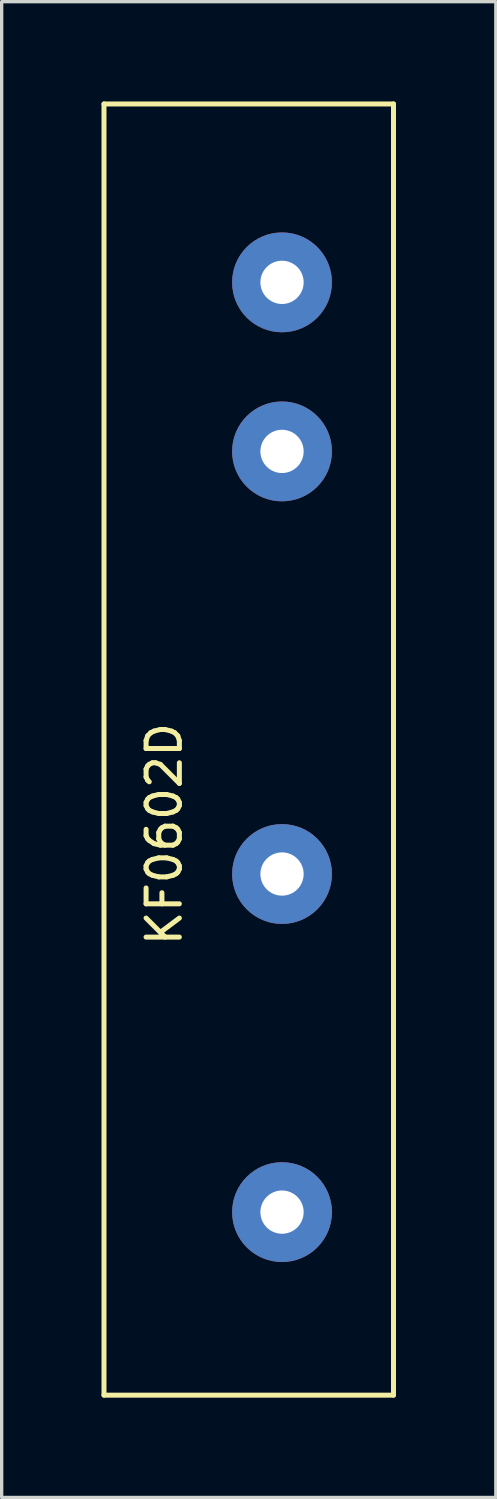
<source format=kicad_pcb>
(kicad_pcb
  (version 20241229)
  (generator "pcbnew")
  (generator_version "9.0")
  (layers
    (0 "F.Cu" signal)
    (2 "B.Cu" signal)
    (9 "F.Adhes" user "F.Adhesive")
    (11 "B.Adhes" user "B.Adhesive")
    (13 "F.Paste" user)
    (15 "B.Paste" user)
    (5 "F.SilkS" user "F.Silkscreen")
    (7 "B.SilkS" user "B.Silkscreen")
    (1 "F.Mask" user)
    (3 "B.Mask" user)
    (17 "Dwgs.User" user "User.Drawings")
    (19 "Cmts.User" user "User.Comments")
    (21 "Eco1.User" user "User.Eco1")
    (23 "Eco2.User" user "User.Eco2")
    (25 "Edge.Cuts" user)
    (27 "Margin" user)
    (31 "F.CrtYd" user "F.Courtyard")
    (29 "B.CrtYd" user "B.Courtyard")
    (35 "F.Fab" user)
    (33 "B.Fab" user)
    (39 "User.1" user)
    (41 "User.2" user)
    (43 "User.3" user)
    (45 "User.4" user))
  (footprint "KF0602D"
    (layer "F.Cu")
    (at 4.425 19.475)
    (property "Reference" "KF0602D" (at -2.54 2.54 90) (layer "F.SilkS") (effects (font (size 1 1) (thickness 0.15))))
    (attr through_hole)
    (fp_line (start -4.35 -19.4) (end -4.35 19.4) (stroke (width 0.15) (type solid)) (layer "F.SilkS"))
    (fp_line (start -4.35 -19.4) (end 4.35 -19.4) (stroke (width 0.15) (type solid)) (layer "F.SilkS"))
    (fp_line (start -4.35 19.4) (end 4.35 19.4) (stroke (width 0.15) (type solid)) (layer "F.SilkS"))
    (fp_line (start 4.35 -19.4) (end 4.35 19.4) (stroke (width 0.15) (type solid)) (layer "F.SilkS"))
    (pad "1" thru_hole circle (at 1 -14.04) (size 3 3) (drill 1.3) (layers "*.Cu" "*.Mask"))
    (pad "2" thru_hole circle (at 1 -8.96) (size 3 3) (drill 1.3) (layers "*.Cu" "*.Mask"))
    (pad "3" thru_hole circle (at 1 3.74) (size 3 3) (drill 1.3) (layers "*.Cu" "*.Mask"))
    (pad "4" thru_hole circle (at 1 13.9) (size 3 3) (drill 1.3) (layers "*.Cu" "*.Mask")))
  (gr_rect
    (start -3 -3)
    (end 11.85 41.95)
    (stroke (width 0.1) (type default))
    (fill no)
    (layer "Edge.Cuts")))
</source>
